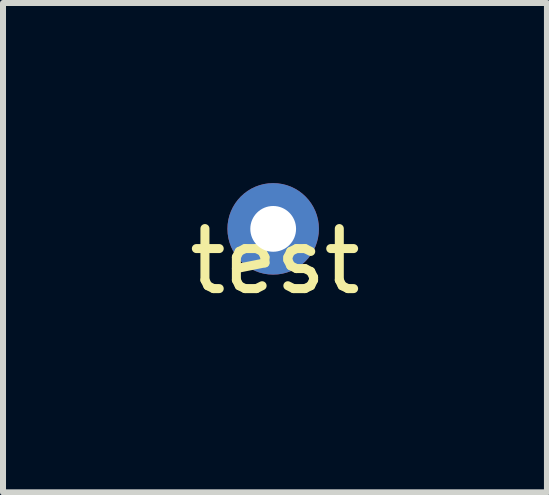
<source format=kicad_pcb>
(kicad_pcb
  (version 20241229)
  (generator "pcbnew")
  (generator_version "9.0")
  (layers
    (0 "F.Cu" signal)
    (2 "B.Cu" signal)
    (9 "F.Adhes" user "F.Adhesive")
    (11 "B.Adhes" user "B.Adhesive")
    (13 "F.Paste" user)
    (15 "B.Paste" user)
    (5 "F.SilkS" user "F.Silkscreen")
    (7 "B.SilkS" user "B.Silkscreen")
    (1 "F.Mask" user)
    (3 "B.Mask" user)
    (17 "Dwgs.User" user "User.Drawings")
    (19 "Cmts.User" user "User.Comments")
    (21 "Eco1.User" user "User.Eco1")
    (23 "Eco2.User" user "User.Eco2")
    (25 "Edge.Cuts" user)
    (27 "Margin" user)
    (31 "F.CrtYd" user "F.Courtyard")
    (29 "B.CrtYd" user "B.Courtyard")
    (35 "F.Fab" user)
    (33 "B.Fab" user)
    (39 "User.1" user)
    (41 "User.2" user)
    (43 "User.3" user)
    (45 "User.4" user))
  (footprint "test"
    (layer "F.Cu")
    (at 1.53 0.802)
    (property "Reference" "test" (at 0 0.5 0) (unlocked yes) (layer "F.SilkS") (effects (font (size 1 1) (thickness 0.15))))
    (attr through_hole)
    (pad "1" thru_hole circle (at -0.03 -0.04) (size 1.524 1.524) (drill 0.762) (layers "*.Cu" "*.Mask")))
  (gr_rect
    (start -3 -3)
    (end 6.06 5.15)
    (stroke (width 0.1) (type default))
    (fill no)
    (layer "Edge.Cuts")))
</source>
